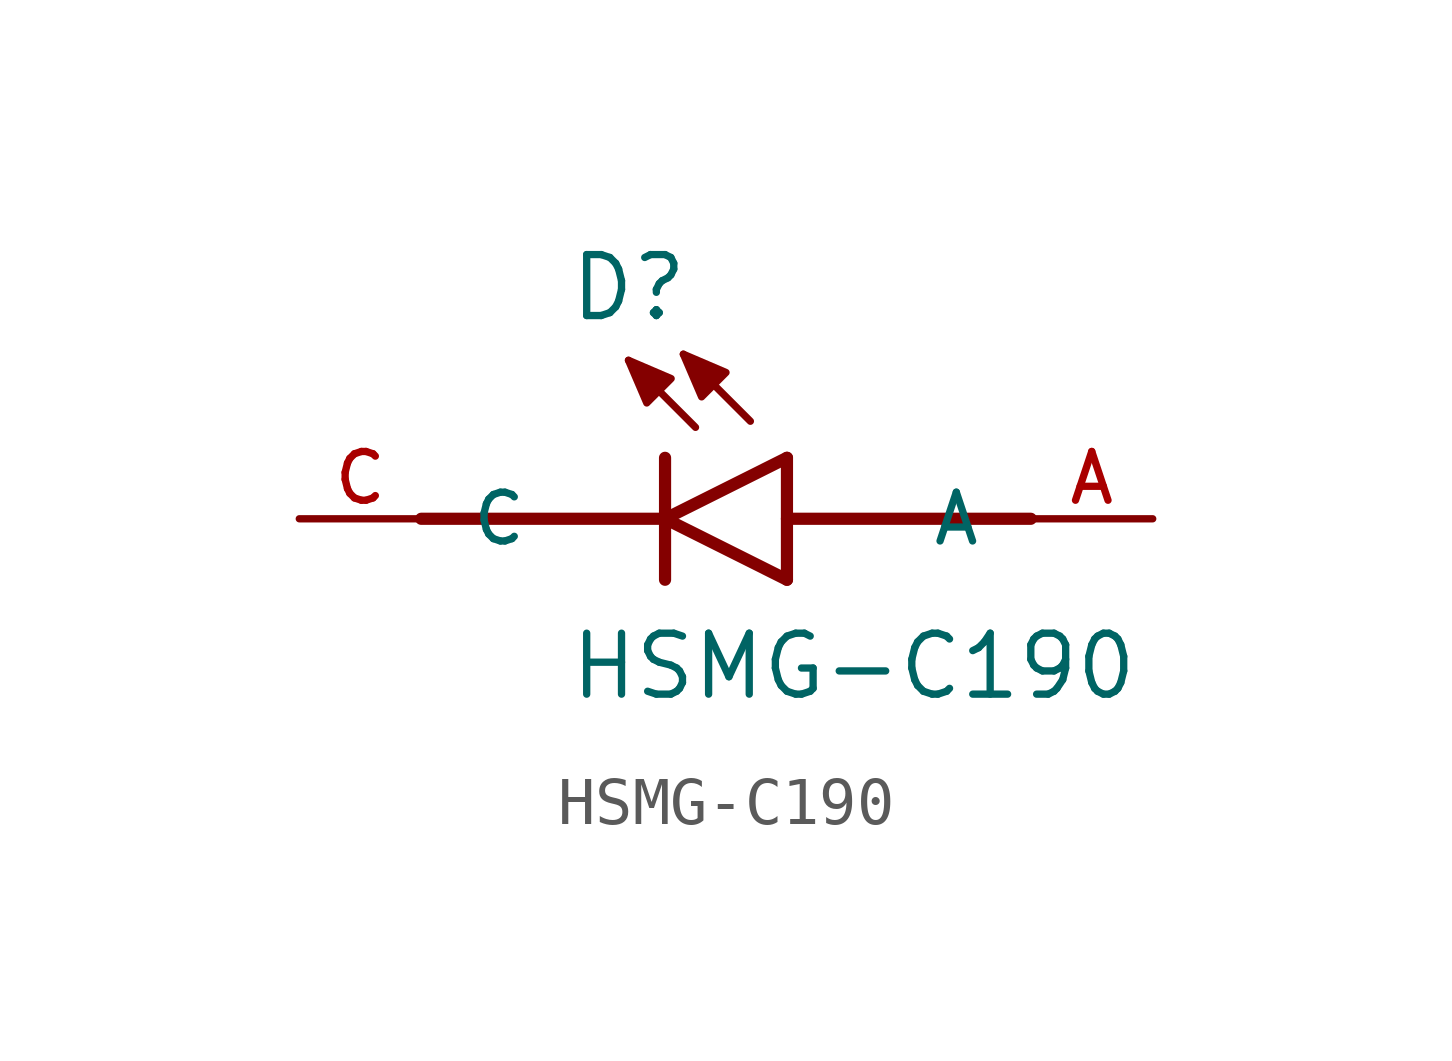
<source format=kicad_sym>
(kicad_symbol_lib
  (version 20231120)
  (generator "kicad_symbol_editor")
  (generator_version "8.0")
  (symbol "HSMG-C190"
    (pin_names
      (offset 1.016))
    (property "Reference" "D"
      (at -2.035 4.071 0)
      (effects (font (size 1.27 1.27)) (justify left bottom)))
    (property "Value" "HSMG-C190"
      (at -2.035 -3.817 0)
      (effects (font (size 1.27 1.27)) (justify left bottom)))
    (symbol "HSMG-C190_0_0"
      (polyline (pts (xy -5.08 0) (xy 0 0)) (stroke (width 0.254) (type default)) (fill (type none)))
      (polyline (pts (xy 0 -1.27) (xy 0 0)) (stroke (width 0.254) (type default)) (fill (type none)))
      (polyline (pts (xy 0 0) (xy 0 1.27)) (stroke (width 0.254) (type default)) (fill (type none)))
      (polyline (pts (xy 0 0) (xy 2.54 1.27)) (stroke (width 0.254) (type default)) (fill (type none)))
      (polyline (pts (xy 0.635 1.905) (xy -0.762 3.302)) (stroke (width 0.152) (type default)) (fill (type none)))
      (polyline (pts (xy 1.778 2.032) (xy 0.381 3.429)) (stroke (width 0.152) (type default)) (fill (type none)))
      (polyline (pts (xy 2.54 -1.27) (xy 0 0)) (stroke (width 0.254) (type default)) (fill (type none)))
      (polyline (pts (xy 2.54 -1.27) (xy 2.54 1.27)) (stroke (width 0.254) (type default)) (fill (type none)))
      (polyline (pts (xy 2.54 0) (xy 7.62 0)) (stroke (width 0.254) (type default)) (fill (type none)))
      (polyline (pts (xy -0.762 3.302) (xy 0.127 2.921) (xy -0.381 2.413) (xy -0.762 3.302)) (stroke (width 0.152) (type default)) (fill (type outline)))
      (polyline (pts (xy 0.381 3.429) (xy 1.27 3.048) (xy 0.762 2.54) (xy 0.381 3.429)) (stroke (width 0.152) (type default)) (fill (type outline)))
      (pin passive line (at 10.16 0 180) (length 2.54) (name "A" (effects (font (size 1.016 1.016)))) (number "A" (effects (font (size 1.016 1.016)))))
      (pin passive line (at -7.62 0 0) (length 2.54) (name "C" (effects (font (size 1.016 1.016)))) (number "C" (effects (font (size 1.016 1.016))))))))
</source>
